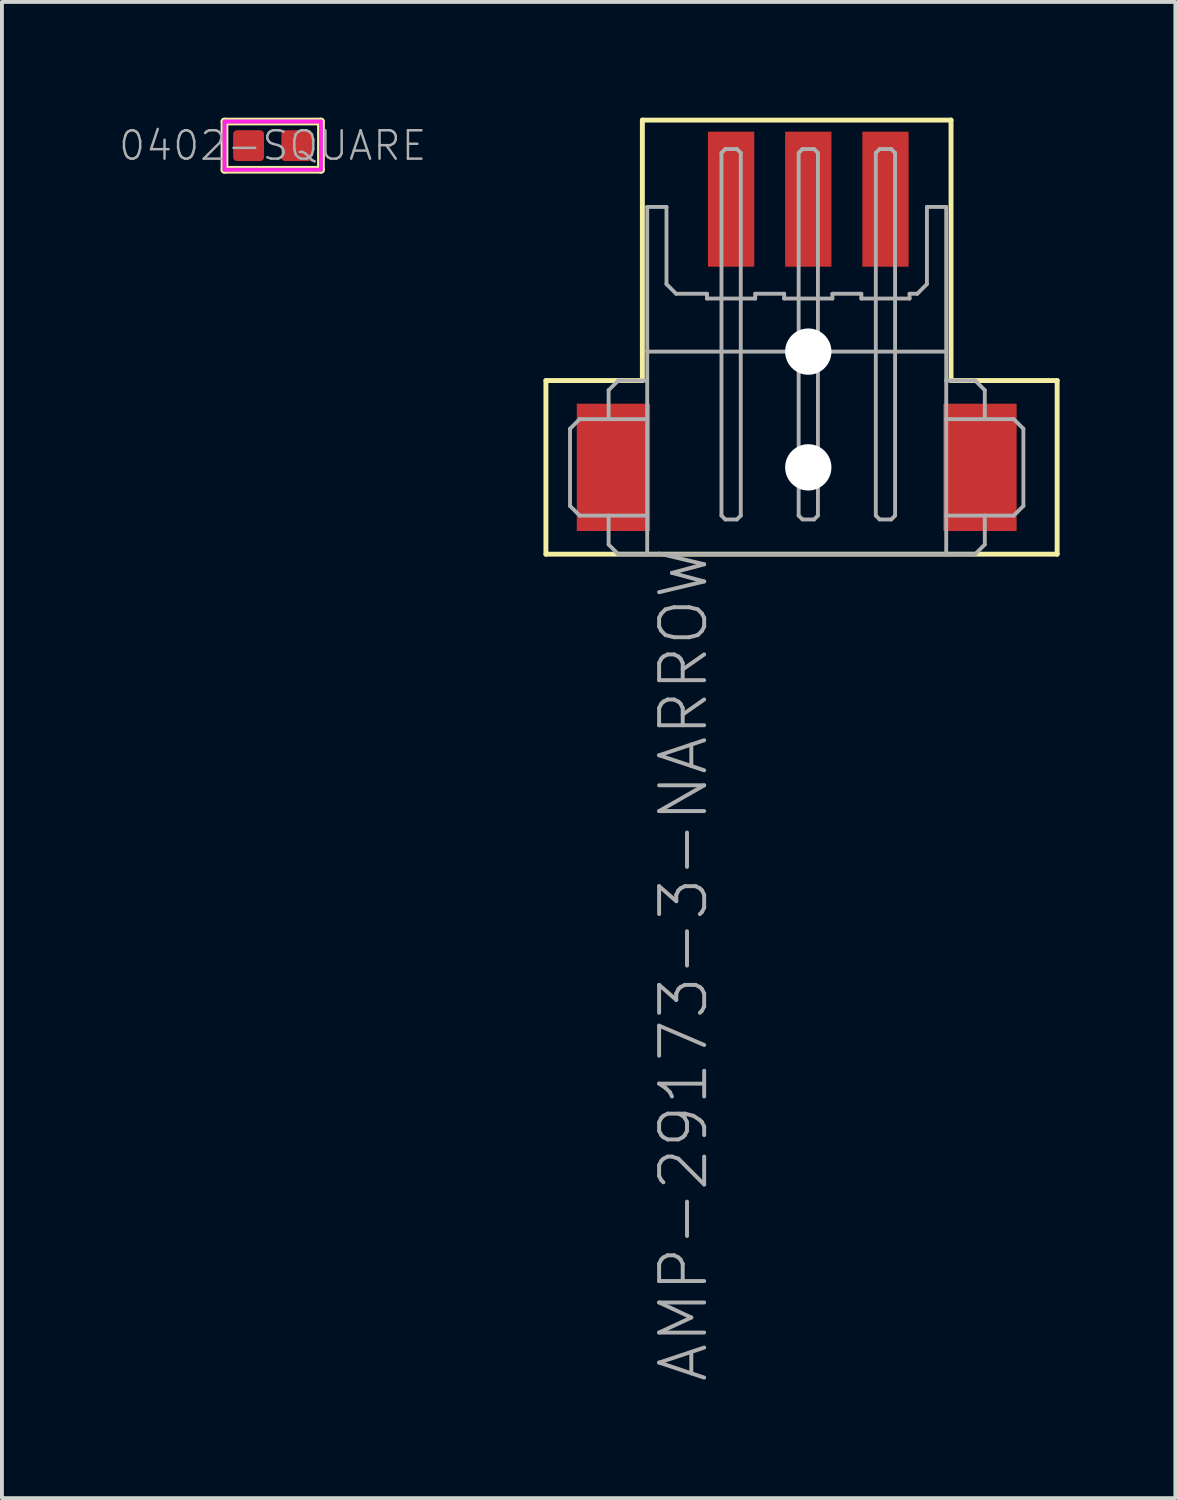
<source format=kicad_pcb>
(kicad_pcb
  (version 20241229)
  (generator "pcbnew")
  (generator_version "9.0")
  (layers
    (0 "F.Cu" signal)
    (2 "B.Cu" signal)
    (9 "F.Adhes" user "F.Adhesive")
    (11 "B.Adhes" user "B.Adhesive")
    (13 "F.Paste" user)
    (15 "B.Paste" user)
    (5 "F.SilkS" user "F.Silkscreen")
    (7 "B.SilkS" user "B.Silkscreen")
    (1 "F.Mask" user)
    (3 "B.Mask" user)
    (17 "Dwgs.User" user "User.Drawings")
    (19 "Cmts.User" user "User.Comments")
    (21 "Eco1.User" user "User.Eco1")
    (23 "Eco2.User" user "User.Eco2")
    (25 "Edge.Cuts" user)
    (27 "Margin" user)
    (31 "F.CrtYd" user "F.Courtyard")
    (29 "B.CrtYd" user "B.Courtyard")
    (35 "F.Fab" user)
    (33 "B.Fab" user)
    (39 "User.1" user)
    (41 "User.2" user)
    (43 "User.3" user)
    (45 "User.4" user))
  (footprint "AMP-29173-3-NARROW"
    (layer "F.Cu")
    (at 17.599 11.313)
    (property "Reference" "AMP-29173-3-NARROW" (at -2.25 -0.25 90) (layer "F.Fab") (effects (font (size 1.168 1.168) (thickness 0.102)) (justify right bottom)))
    (fp_line (start -6.5 -4.5) (end -4 -4.5) (stroke (width 0.127) (type solid)) (layer "F.SilkS"))
    (fp_line (start -6.5 0) (end -6.5 -4.5) (stroke (width 0.127) (type solid)) (layer "F.SilkS"))
    (fp_line (start -4 -11.25) (end 4 -11.25) (stroke (width 0.127) (type solid)) (layer "F.SilkS"))
    (fp_line (start -4 -4.5) (end -4 -11.25) (stroke (width 0.127) (type solid)) (layer "F.SilkS"))
    (fp_line (start 4 -11.25) (end 4 -4.5) (stroke (width 0.127) (type solid)) (layer "F.SilkS"))
    (fp_line (start 4 -4.5) (end 6.75 -4.5) (stroke (width 0.127) (type solid)) (layer "F.SilkS"))
    (fp_line (start 6.75 -4.5) (end 6.75 0) (stroke (width 0.127) (type solid)) (layer "F.SilkS"))
    (fp_line (start 6.75 0) (end -6.5 0) (stroke (width 0.127) (type solid)) (layer "F.SilkS"))
    (fp_line (start -5.875 -3.25) (end -5.875 -1.25) (stroke (width 0.1) (type solid)) (layer "F.Fab"))
    (fp_line (start -5.875 -1.25) (end -5.625 -1) (stroke (width 0.1) (type solid)) (layer "F.Fab"))
    (fp_line (start -5.625 -3.5) (end -5.875 -3.25) (stroke (width 0.1) (type solid)) (layer "F.Fab"))
    (fp_line (start -5.625 -1) (end -4.875 -1) (stroke (width 0.1) (type solid)) (layer "F.Fab"))
    (fp_line (start -4.875 -4.25) (end -4.875 -3.5) (stroke (width 0.1) (type solid)) (layer "F.Fab"))
    (fp_line (start -4.875 -3.5) (end -5.625 -3.5) (stroke (width 0.1) (type solid)) (layer "F.Fab"))
    (fp_line (start -4.875 -1) (end -4.875 -0.25) (stroke (width 0.1) (type solid)) (layer "F.Fab"))
    (fp_line (start -4.875 -1) (end -3.875 -1) (stroke (width 0.1) (type solid)) (layer "F.Fab"))
    (fp_line (start -4.875 -0.25) (end -4.625 0) (stroke (width 0.1) (type solid)) (layer "F.Fab"))
    (fp_line (start -4.625 -4.5) (end -4.875 -4.25) (stroke (width 0.1) (type solid)) (layer "F.Fab"))
    (fp_line (start -4.625 0) (end -3.875 0) (stroke (width 0.1) (type solid)) (layer "F.Fab"))
    (fp_line (start -3.875 -9) (end -3.875 -5.25) (stroke (width 0.1) (type solid)) (layer "F.Fab"))
    (fp_line (start -3.875 -5.25) (end -3.875 -4.5) (stroke (width 0.1) (type solid)) (layer "F.Fab"))
    (fp_line (start -3.875 -5.25) (end 3.875 -5.25) (stroke (width 0.1) (type solid)) (layer "F.Fab"))
    (fp_line (start -3.875 -4.5) (end -4.625 -4.5) (stroke (width 0.1) (type solid)) (layer "F.Fab"))
    (fp_line (start -3.875 -3.5) (end -4.875 -3.5) (stroke (width 0.1) (type solid)) (layer "F.Fab"))
    (fp_line (start -3.875 -3.5) (end -3.875 -4.5) (stroke (width 0.1) (type solid)) (layer "F.Fab"))
    (fp_line (start -3.875 -1) (end -3.875 -3.5) (stroke (width 0.1) (type solid)) (layer "F.Fab"))
    (fp_line (start -3.875 0) (end -3.875 -1) (stroke (width 0.1) (type solid)) (layer "F.Fab"))
    (fp_line (start -3.375 -9) (end -3.875 -9) (stroke (width 0.1) (type solid)) (layer "F.Fab"))
    (fp_line (start -3.375 -7) (end -3.375 -9) (stroke (width 0.1) (type solid)) (layer "F.Fab"))
    (fp_line (start -3.125 -6.75) (end -3.375 -7) (stroke (width 0.1) (type solid)) (layer "F.Fab"))
    (fp_line (start -2.325 -6.75) (end -3.125 -6.75) (stroke (width 0.1) (type solid)) (layer "F.Fab"))
    (fp_line (start -2.325 -6.625) (end -2.325 -6.75) (stroke (width 0.1) (type solid)) (layer "F.Fab"))
    (fp_line (start -1.95 -10.4) (end -1.85 -10.5) (stroke (width 0.1) (type solid)) (layer "F.Fab"))
    (fp_line (start -1.95 -1) (end -1.95 -10.4) (stroke (width 0.1) (type solid)) (layer "F.Fab"))
    (fp_line (start -1.85 -10.5) (end -1.55 -10.5) (stroke (width 0.1) (type solid)) (layer "F.Fab"))
    (fp_line (start -1.85 -0.9) (end -1.95 -1) (stroke (width 0.1) (type solid)) (layer "F.Fab"))
    (fp_line (start -1.55 -10.5) (end -1.45 -10.4) (stroke (width 0.1) (type solid)) (layer "F.Fab"))
    (fp_line (start -1.55 -0.9) (end -1.85 -0.9) (stroke (width 0.1) (type solid)) (layer "F.Fab"))
    (fp_line (start -1.45 -10.4) (end -1.45 -1) (stroke (width 0.1) (type solid)) (layer "F.Fab"))
    (fp_line (start -1.45 -1) (end -1.55 -0.9) (stroke (width 0.1) (type solid)) (layer "F.Fab"))
    (fp_line (start -1.075 -6.75) (end -1.075 -6.625) (stroke (width 0.1) (type solid)) (layer "F.Fab"))
    (fp_line (start -1.075 -6.625) (end -2.325 -6.625) (stroke (width 0.1) (type solid)) (layer "F.Fab"))
    (fp_line (start -0.325 -6.75) (end -1.075 -6.75) (stroke (width 0.1) (type solid)) (layer "F.Fab"))
    (fp_line (start -0.325 -6.625) (end -0.325 -6.75) (stroke (width 0.1) (type solid)) (layer "F.Fab"))
    (fp_line (start 0.05 -10.4) (end 0.15 -10.5) (stroke (width 0.1) (type solid)) (layer "F.Fab"))
    (fp_line (start 0.05 -1) (end 0.05 -10.4) (stroke (width 0.1) (type solid)) (layer "F.Fab"))
    (fp_line (start 0.15 -10.5) (end 0.45 -10.5) (stroke (width 0.1) (type solid)) (layer "F.Fab"))
    (fp_line (start 0.15 -0.9) (end 0.05 -1) (stroke (width 0.1) (type solid)) (layer "F.Fab"))
    (fp_line (start 0.45 -10.5) (end 0.55 -10.4) (stroke (width 0.1) (type solid)) (layer "F.Fab"))
    (fp_line (start 0.45 -0.9) (end 0.15 -0.9) (stroke (width 0.1) (type solid)) (layer "F.Fab"))
    (fp_line (start 0.55 -10.4) (end 0.55 -1) (stroke (width 0.1) (type solid)) (layer "F.Fab"))
    (fp_line (start 0.55 -1) (end 0.45 -0.9) (stroke (width 0.1) (type solid)) (layer "F.Fab"))
    (fp_line (start 0.925 -6.75) (end 0.925 -6.625) (stroke (width 0.1) (type solid)) (layer "F.Fab"))
    (fp_line (start 0.925 -6.625) (end -0.325 -6.625) (stroke (width 0.1) (type solid)) (layer "F.Fab"))
    (fp_line (start 1.675 -6.75) (end 0.925 -6.75) (stroke (width 0.1) (type solid)) (layer "F.Fab"))
    (fp_line (start 1.675 -6.625) (end 1.675 -6.75) (stroke (width 0.1) (type solid)) (layer "F.Fab"))
    (fp_line (start 2.05 -10.4) (end 2.15 -10.5) (stroke (width 0.1) (type solid)) (layer "F.Fab"))
    (fp_line (start 2.05 -1) (end 2.05 -10.4) (stroke (width 0.1) (type solid)) (layer "F.Fab"))
    (fp_line (start 2.15 -10.5) (end 2.45 -10.5) (stroke (width 0.1) (type solid)) (layer "F.Fab"))
    (fp_line (start 2.15 -0.9) (end 2.05 -1) (stroke (width 0.1) (type solid)) (layer "F.Fab"))
    (fp_line (start 2.45 -10.5) (end 2.55 -10.4) (stroke (width 0.1) (type solid)) (layer "F.Fab"))
    (fp_line (start 2.45 -0.9) (end 2.15 -0.9) (stroke (width 0.1) (type solid)) (layer "F.Fab"))
    (fp_line (start 2.55 -10.4) (end 2.55 -1) (stroke (width 0.1) (type solid)) (layer "F.Fab"))
    (fp_line (start 2.55 -1) (end 2.45 -0.9) (stroke (width 0.1) (type solid)) (layer "F.Fab"))
    (fp_line (start 2.925 -6.75) (end 2.925 -6.625) (stroke (width 0.1) (type solid)) (layer "F.Fab"))
    (fp_line (start 2.925 -6.625) (end 1.675 -6.625) (stroke (width 0.1) (type solid)) (layer "F.Fab"))
    (fp_line (start 3.125 -6.75) (end 2.925 -6.75) (stroke (width 0.1) (type solid)) (layer "F.Fab"))
    (fp_line (start 3.375 -9) (end 3.375 -7) (stroke (width 0.1) (type solid)) (layer "F.Fab"))
    (fp_line (start 3.375 -7) (end 3.125 -6.75) (stroke (width 0.1) (type solid)) (layer "F.Fab"))
    (fp_line (start 3.875 -9) (end 3.375 -9) (stroke (width 0.1) (type solid)) (layer "F.Fab"))
    (fp_line (start 3.875 -5.25) (end 3.875 -9) (stroke (width 0.1) (type solid)) (layer "F.Fab"))
    (fp_line (start 3.875 -4.5) (end 3.875 -5.25) (stroke (width 0.1) (type solid)) (layer "F.Fab"))
    (fp_line (start 3.875 -4.5) (end 3.875 -3.5) (stroke (width 0.1) (type solid)) (layer "F.Fab"))
    (fp_line (start 3.875 -3.5) (end 3.875 -1) (stroke (width 0.1) (type solid)) (layer "F.Fab"))
    (fp_line (start 3.875 -1) (end 3.875 0) (stroke (width 0.1) (type solid)) (layer "F.Fab"))
    (fp_line (start 3.875 -1) (end 4.875 -1) (stroke (width 0.1) (type solid)) (layer "F.Fab"))
    (fp_line (start 3.875 0) (end -3.875 0) (stroke (width 0.1) (type solid)) (layer "F.Fab"))
    (fp_line (start 3.875 0) (end 4.625 0) (stroke (width 0.1) (type solid)) (layer "F.Fab"))
    (fp_line (start 4.625 -4.5) (end 3.875 -4.5) (stroke (width 0.1) (type solid)) (layer "F.Fab"))
    (fp_line (start 4.625 0) (end 4.875 -0.25) (stroke (width 0.1) (type solid)) (layer "F.Fab"))
    (fp_line (start 4.875 -4.25) (end 4.625 -4.5) (stroke (width 0.1) (type solid)) (layer "F.Fab"))
    (fp_line (start 4.875 -3.5) (end 3.875 -3.5) (stroke (width 0.1) (type solid)) (layer "F.Fab"))
    (fp_line (start 4.875 -3.5) (end 4.875 -4.25) (stroke (width 0.1) (type solid)) (layer "F.Fab"))
    (fp_line (start 4.875 -1) (end 5.625 -1) (stroke (width 0.1) (type solid)) (layer "F.Fab"))
    (fp_line (start 4.875 -0.25) (end 4.875 -1) (stroke (width 0.1) (type solid)) (layer "F.Fab"))
    (fp_line (start 5.625 -3.5) (end 4.875 -3.5) (stroke (width 0.1) (type solid)) (layer "F.Fab"))
    (fp_line (start 5.625 -1) (end 5.875 -1.25) (stroke (width 0.1) (type solid)) (layer "F.Fab"))
    (fp_line (start 5.875 -3.25) (end 5.625 -3.5) (stroke (width 0.1) (type solid)) (layer "F.Fab"))
    (fp_line (start 5.875 -1.25) (end 5.875 -3.25) (stroke (width 0.1) (type solid)) (layer "F.Fab"))
    (pad "" np_thru_hole circle (at 0.3 -5.25 180) (size 1.2 1.2) (drill 1.2) (layers "*.Cu" "*.Mask"))
    (pad "" np_thru_hole circle (at 0.3 -2.25 180) (size 1.2 1.2) (drill 1.2) (layers "*.Cu" "*.Mask"))
    (pad "1" smd rect (at -1.7 -9.2 180) (size 1.2 3.5) (layers "F.Cu" "F.Mask" "F.Paste"))
    (pad "2" smd rect (at 0.3 -9.2 180) (size 1.2 3.5) (layers "F.Cu" "F.Mask" "F.Paste"))
    (pad "3" smd rect (at 2.3 -9.2 180) (size 1.2 3.5) (layers "F.Cu" "F.Mask" "F.Paste"))
    (pad "P$4" smd rect (at 4.75 -2.25 180) (size 1.9 3.3) (layers "F.Cu" "F.Mask" "F.Paste"))
    (pad "P$5" smd rect (at -4.75 -2.25 180) (size 1.9 3.3) (layers "F.Cu" "F.Mask" "F.Paste")))
  (footprint "0402-SQUARE"
    (layer "F.Cu")
    (at 4.018 0.725)
    (property "Reference" "0402-SQUARE" (at 0 0 0) (layer "F.Fab") (effects (font (size 0.736 0.736) (thickness 0.064))))
    (fp_line (start -1.25 -0.625) (end -1.25 0.625) (stroke (width 0.2) (type solid)) (layer "F.SilkS"))
    (fp_line (start -1.25 0.625) (end 1.25 0.625) (stroke (width 0.2) (type solid)) (layer "F.SilkS"))
    (fp_line (start 1.25 -0.625) (end -1.25 -0.625) (stroke (width 0.2) (type solid)) (layer "F.SilkS"))
    (fp_line (start 1.25 0.625) (end 1.25 -0.625) (stroke (width 0.2) (type solid)) (layer "F.SilkS"))
    (fp_poly (pts (xy -1.25 0.625) (xy 1.25 0.625) (xy 1.25 -0.625) (xy -1.25 -0.625)) (stroke (width 0.1) (type solid)) (fill no) (layer "F.CrtYd"))
    (fp_line (start -1.25 -0.625) (end -1.25 0.625) (stroke (width 0.1) (type solid)) (layer "F.Fab"))
    (fp_line (start -1.25 0.625) (end 1.25 0.625) (stroke (width 0.1) (type solid)) (layer "F.Fab"))
    (fp_line (start 1.25 -0.625) (end -1.25 -0.625) (stroke (width 0.1) (type solid)) (layer "F.Fab"))
    (fp_line (start 1.25 0.625) (end 1.25 -0.625) (stroke (width 0.1) (type solid)) (layer "F.Fab"))
    (pad "P$1" smd roundrect (at -0.625 0 180) (size 0.8 0.8) (layers "F.Cu" "F.Mask" "F.Paste") (roundrect_rratio 0.125))
    (pad "P$2" smd roundrect (at 0.625 0) (size 0.8 0.8) (layers "F.Cu" "F.Mask" "F.Paste") (roundrect_rratio 0.125)))
  (gr_rect
    (start -3 -3)
    (end 27.413 35.778)
    (stroke (width 0.1) (type default))
    (fill no)
    (layer "Edge.Cuts")))
</source>
